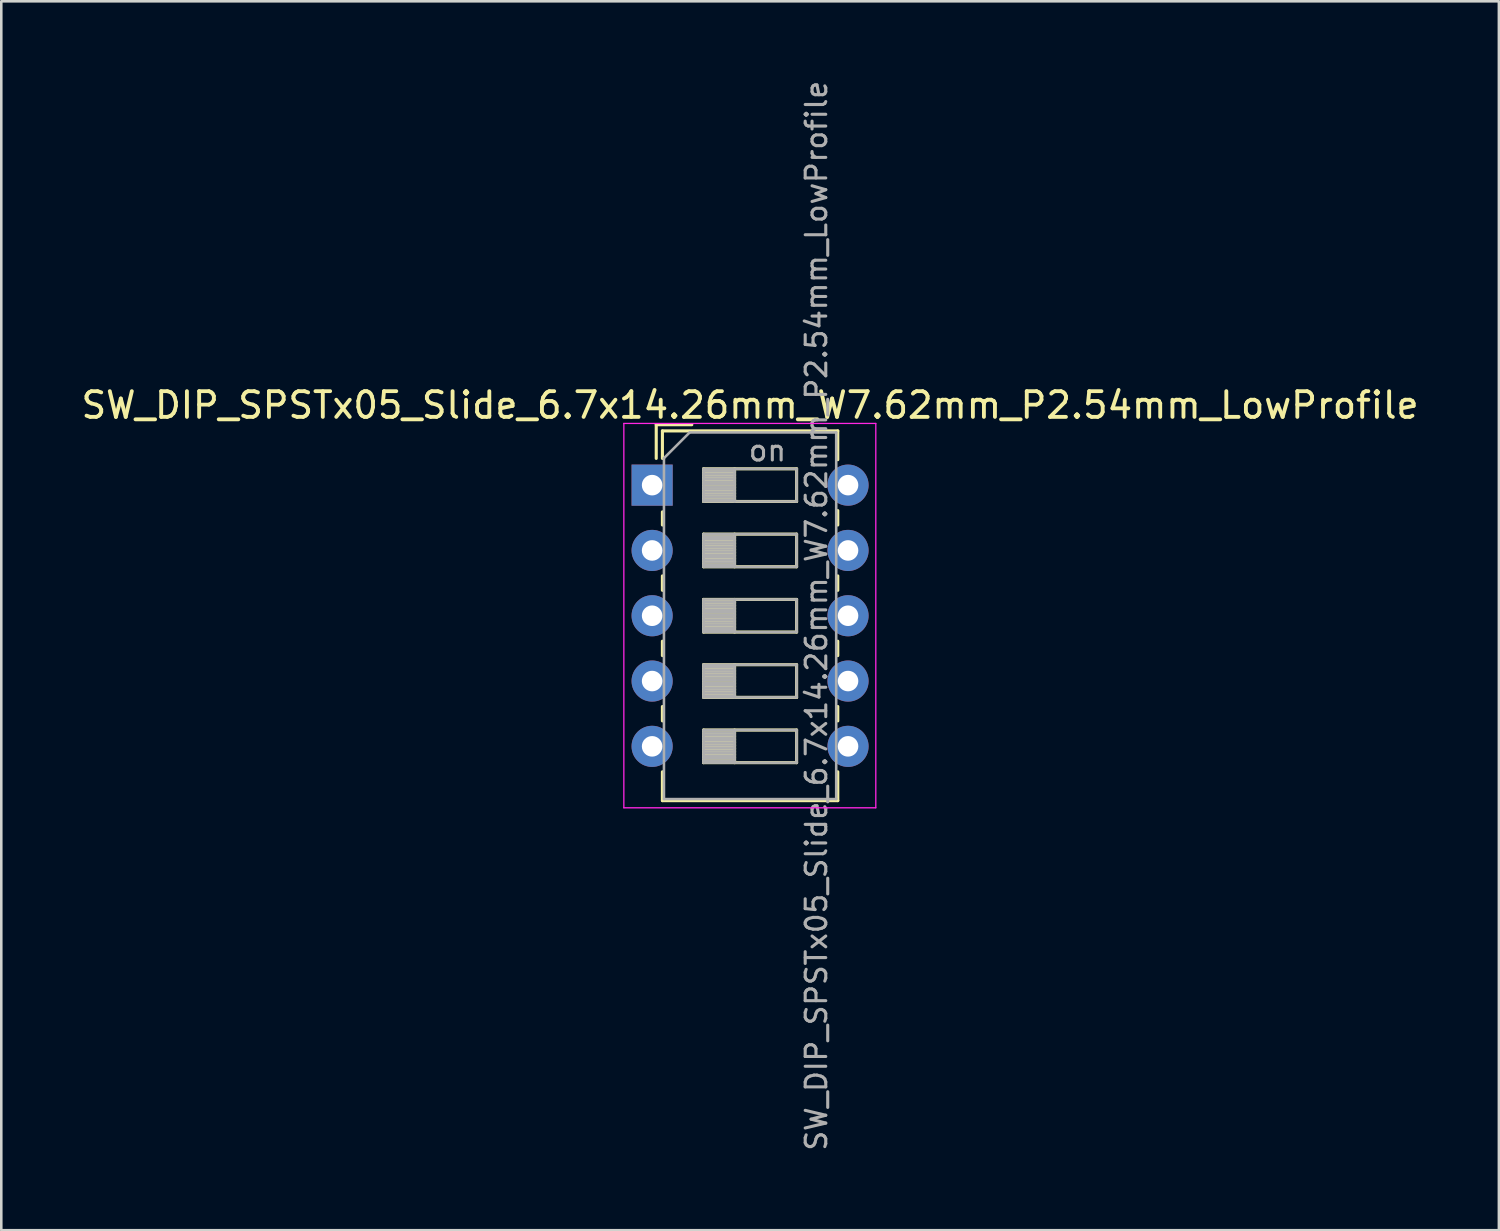
<source format=kicad_pcb>
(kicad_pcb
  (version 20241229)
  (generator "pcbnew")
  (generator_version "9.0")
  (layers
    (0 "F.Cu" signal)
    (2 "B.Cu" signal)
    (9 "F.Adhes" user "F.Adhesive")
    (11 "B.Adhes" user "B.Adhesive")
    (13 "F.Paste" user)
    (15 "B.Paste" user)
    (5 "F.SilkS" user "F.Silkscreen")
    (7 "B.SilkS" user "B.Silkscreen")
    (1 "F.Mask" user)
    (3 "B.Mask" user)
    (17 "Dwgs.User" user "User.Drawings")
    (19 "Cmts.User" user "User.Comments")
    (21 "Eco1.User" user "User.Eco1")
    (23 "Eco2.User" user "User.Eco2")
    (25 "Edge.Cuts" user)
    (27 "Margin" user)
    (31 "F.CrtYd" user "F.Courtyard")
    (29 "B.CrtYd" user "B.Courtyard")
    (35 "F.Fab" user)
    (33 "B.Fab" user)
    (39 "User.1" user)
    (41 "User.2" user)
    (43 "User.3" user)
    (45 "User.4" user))
  (footprint "SW_DIP_SPSTx05_Slide_6.7x14.26mm_W7.62mm_P2.54mm_LowProfile"
    (layer "F.Cu")
    (at 22.315 15.82)
    (property "Reference" "SW_DIP_SPSTx05_Slide_6.7x14.26mm_W7.62mm_P2.54mm_LowProfile" (at 3.81 -3.11 0) (layer "F.SilkS") (effects (font (size 1 1) (thickness 0.15))))
    (attr through_hole)
    (fp_line (start 0.16 -2.35) (end 0.16 -1.04) (stroke (width 0.12) (type solid)) (layer "F.SilkS"))
    (fp_line (start 0.16 -2.35) (end 1.543 -2.35) (stroke (width 0.12) (type solid)) (layer "F.SilkS"))
    (fp_line (start 0.4 -2.11) (end 0.4 -1.04) (stroke (width 0.12) (type solid)) (layer "F.SilkS"))
    (fp_line (start 0.4 -2.11) (end 7.221 -2.11) (stroke (width 0.12) (type solid)) (layer "F.SilkS"))
    (fp_line (start 0.4 1.04) (end 0.4 1.551) (stroke (width 0.12) (type solid)) (layer "F.SilkS"))
    (fp_line (start 0.4 3.53) (end 0.4 4.091) (stroke (width 0.12) (type solid)) (layer "F.SilkS"))
    (fp_line (start 0.4 6.07) (end 0.4 6.631) (stroke (width 0.12) (type solid)) (layer "F.SilkS"))
    (fp_line (start 0.4 8.61) (end 0.4 9.17) (stroke (width 0.12) (type solid)) (layer "F.SilkS"))
    (fp_line (start 0.4 11.15) (end 0.4 12.271) (stroke (width 0.12) (type solid)) (layer "F.SilkS"))
    (fp_line (start 0.4 12.271) (end 7.221 12.271) (stroke (width 0.12) (type solid)) (layer "F.SilkS"))
    (fp_line (start 2 -0.635) (end 2 0.635) (stroke (width 0.12) (type solid)) (layer "F.SilkS"))
    (fp_line (start 2 -0.515) (end 3.207 -0.515) (stroke (width 0.12) (type solid)) (layer "F.SilkS"))
    (fp_line (start 2 -0.395) (end 3.207 -0.395) (stroke (width 0.12) (type solid)) (layer "F.SilkS"))
    (fp_line (start 2 -0.275) (end 3.207 -0.275) (stroke (width 0.12) (type solid)) (layer "F.SilkS"))
    (fp_line (start 2 -0.155) (end 3.207 -0.155) (stroke (width 0.12) (type solid)) (layer "F.SilkS"))
    (fp_line (start 2 -0.035) (end 3.207 -0.035) (stroke (width 0.12) (type solid)) (layer "F.SilkS"))
    (fp_line (start 2 0.085) (end 3.207 0.085) (stroke (width 0.12) (type solid)) (layer "F.SilkS"))
    (fp_line (start 2 0.205) (end 3.207 0.205) (stroke (width 0.12) (type solid)) (layer "F.SilkS"))
    (fp_line (start 2 0.325) (end 3.207 0.325) (stroke (width 0.12) (type solid)) (layer "F.SilkS"))
    (fp_line (start 2 0.445) (end 3.207 0.445) (stroke (width 0.12) (type solid)) (layer "F.SilkS"))
    (fp_line (start 2 0.565) (end 3.207 0.565) (stroke (width 0.12) (type solid)) (layer "F.SilkS"))
    (fp_line (start 2 0.635) (end 5.62 0.635) (stroke (width 0.12) (type solid)) (layer "F.SilkS"))
    (fp_line (start 2 1.905) (end 2 3.175) (stroke (width 0.12) (type solid)) (layer "F.SilkS"))
    (fp_line (start 2 2.025) (end 3.207 2.025) (stroke (width 0.12) (type solid)) (layer "F.SilkS"))
    (fp_line (start 2 2.145) (end 3.207 2.145) (stroke (width 0.12) (type solid)) (layer "F.SilkS"))
    (fp_line (start 2 2.265) (end 3.207 2.265) (stroke (width 0.12) (type solid)) (layer "F.SilkS"))
    (fp_line (start 2 2.385) (end 3.207 2.385) (stroke (width 0.12) (type solid)) (layer "F.SilkS"))
    (fp_line (start 2 2.505) (end 3.207 2.505) (stroke (width 0.12) (type solid)) (layer "F.SilkS"))
    (fp_line (start 2 2.625) (end 3.207 2.625) (stroke (width 0.12) (type solid)) (layer "F.SilkS"))
    (fp_line (start 2 2.745) (end 3.207 2.745) (stroke (width 0.12) (type solid)) (layer "F.SilkS"))
    (fp_line (start 2 2.865) (end 3.207 2.865) (stroke (width 0.12) (type solid)) (layer "F.SilkS"))
    (fp_line (start 2 2.985) (end 3.207 2.985) (stroke (width 0.12) (type solid)) (layer "F.SilkS"))
    (fp_line (start 2 3.105) (end 3.207 3.105) (stroke (width 0.12) (type solid)) (layer "F.SilkS"))
    (fp_line (start 2 3.175) (end 5.62 3.175) (stroke (width 0.12) (type solid)) (layer "F.SilkS"))
    (fp_line (start 2 4.445) (end 2 5.715) (stroke (width 0.12) (type solid)) (layer "F.SilkS"))
    (fp_line (start 2 4.565) (end 3.207 4.565) (stroke (width 0.12) (type solid)) (layer "F.SilkS"))
    (fp_line (start 2 4.685) (end 3.207 4.685) (stroke (width 0.12) (type solid)) (layer "F.SilkS"))
    (fp_line (start 2 4.805) (end 3.207 4.805) (stroke (width 0.12) (type solid)) (layer "F.SilkS"))
    (fp_line (start 2 4.925) (end 3.207 4.925) (stroke (width 0.12) (type solid)) (layer "F.SilkS"))
    (fp_line (start 2 5.045) (end 3.207 5.045) (stroke (width 0.12) (type solid)) (layer "F.SilkS"))
    (fp_line (start 2 5.165) (end 3.207 5.165) (stroke (width 0.12) (type solid)) (layer "F.SilkS"))
    (fp_line (start 2 5.285) (end 3.207 5.285) (stroke (width 0.12) (type solid)) (layer "F.SilkS"))
    (fp_line (start 2 5.405) (end 3.207 5.405) (stroke (width 0.12) (type solid)) (layer "F.SilkS"))
    (fp_line (start 2 5.525) (end 3.207 5.525) (stroke (width 0.12) (type solid)) (layer "F.SilkS"))
    (fp_line (start 2 5.645) (end 3.207 5.645) (stroke (width 0.12) (type solid)) (layer "F.SilkS"))
    (fp_line (start 2 5.715) (end 5.62 5.715) (stroke (width 0.12) (type solid)) (layer "F.SilkS"))
    (fp_line (start 2 6.985) (end 2 8.255) (stroke (width 0.12) (type solid)) (layer "F.SilkS"))
    (fp_line (start 2 7.105) (end 3.207 7.105) (stroke (width 0.12) (type solid)) (layer "F.SilkS"))
    (fp_line (start 2 7.225) (end 3.207 7.225) (stroke (width 0.12) (type solid)) (layer "F.SilkS"))
    (fp_line (start 2 7.345) (end 3.207 7.345) (stroke (width 0.12) (type solid)) (layer "F.SilkS"))
    (fp_line (start 2 7.465) (end 3.207 7.465) (stroke (width 0.12) (type solid)) (layer "F.SilkS"))
    (fp_line (start 2 7.585) (end 3.207 7.585) (stroke (width 0.12) (type solid)) (layer "F.SilkS"))
    (fp_line (start 2 7.705) (end 3.207 7.705) (stroke (width 0.12) (type solid)) (layer "F.SilkS"))
    (fp_line (start 2 7.825) (end 3.207 7.825) (stroke (width 0.12) (type solid)) (layer "F.SilkS"))
    (fp_line (start 2 7.945) (end 3.207 7.945) (stroke (width 0.12) (type solid)) (layer "F.SilkS"))
    (fp_line (start 2 8.065) (end 3.207 8.065) (stroke (width 0.12) (type solid)) (layer "F.SilkS"))
    (fp_line (start 2 8.185) (end 3.207 8.185) (stroke (width 0.12) (type solid)) (layer "F.SilkS"))
    (fp_line (start 2 8.255) (end 5.62 8.255) (stroke (width 0.12) (type solid)) (layer "F.SilkS"))
    (fp_line (start 2 9.525) (end 2 10.795) (stroke (width 0.12) (type solid)) (layer "F.SilkS"))
    (fp_line (start 2 9.645) (end 3.207 9.645) (stroke (width 0.12) (type solid)) (layer "F.SilkS"))
    (fp_line (start 2 9.765) (end 3.207 9.765) (stroke (width 0.12) (type solid)) (layer "F.SilkS"))
    (fp_line (start 2 9.885) (end 3.207 9.885) (stroke (width 0.12) (type solid)) (layer "F.SilkS"))
    (fp_line (start 2 10.005) (end 3.207 10.005) (stroke (width 0.12) (type solid)) (layer "F.SilkS"))
    (fp_line (start 2 10.125) (end 3.207 10.125) (stroke (width 0.12) (type solid)) (layer "F.SilkS"))
    (fp_line (start 2 10.245) (end 3.207 10.245) (stroke (width 0.12) (type solid)) (layer "F.SilkS"))
    (fp_line (start 2 10.365) (end 3.207 10.365) (stroke (width 0.12) (type solid)) (layer "F.SilkS"))
    (fp_line (start 2 10.485) (end 3.207 10.485) (stroke (width 0.12) (type solid)) (layer "F.SilkS"))
    (fp_line (start 2 10.605) (end 3.207 10.605) (stroke (width 0.12) (type solid)) (layer "F.SilkS"))
    (fp_line (start 2 10.725) (end 3.207 10.725) (stroke (width 0.12) (type solid)) (layer "F.SilkS"))
    (fp_line (start 2 10.795) (end 5.62 10.795) (stroke (width 0.12) (type solid)) (layer "F.SilkS"))
    (fp_line (start 3.207 -0.635) (end 3.207 0.635) (stroke (width 0.12) (type solid)) (layer "F.SilkS"))
    (fp_line (start 3.207 1.905) (end 3.207 3.175) (stroke (width 0.12) (type solid)) (layer "F.SilkS"))
    (fp_line (start 3.207 4.445) (end 3.207 5.715) (stroke (width 0.12) (type solid)) (layer "F.SilkS"))
    (fp_line (start 3.207 6.985) (end 3.207 8.255) (stroke (width 0.12) (type solid)) (layer "F.SilkS"))
    (fp_line (start 3.207 9.525) (end 3.207 10.795) (stroke (width 0.12) (type solid)) (layer "F.SilkS"))
    (fp_line (start 5.62 -0.635) (end 2 -0.635) (stroke (width 0.12) (type solid)) (layer "F.SilkS"))
    (fp_line (start 5.62 0.635) (end 5.62 -0.635) (stroke (width 0.12) (type solid)) (layer "F.SilkS"))
    (fp_line (start 5.62 1.905) (end 2 1.905) (stroke (width 0.12) (type solid)) (layer "F.SilkS"))
    (fp_line (start 5.62 3.175) (end 5.62 1.905) (stroke (width 0.12) (type solid)) (layer "F.SilkS"))
    (fp_line (start 5.62 4.445) (end 2 4.445) (stroke (width 0.12) (type solid)) (layer "F.SilkS"))
    (fp_line (start 5.62 5.715) (end 5.62 4.445) (stroke (width 0.12) (type solid)) (layer "F.SilkS"))
    (fp_line (start 5.62 6.985) (end 2 6.985) (stroke (width 0.12) (type solid)) (layer "F.SilkS"))
    (fp_line (start 5.62 8.255) (end 5.62 6.985) (stroke (width 0.12) (type solid)) (layer "F.SilkS"))
    (fp_line (start 5.62 9.525) (end 2 9.525) (stroke (width 0.12) (type solid)) (layer "F.SilkS"))
    (fp_line (start 5.62 10.795) (end 5.62 9.525) (stroke (width 0.12) (type solid)) (layer "F.SilkS"))
    (fp_line (start 7.221 -2.11) (end 7.221 -0.99) (stroke (width 0.12) (type solid)) (layer "F.SilkS"))
    (fp_line (start 7.221 0.99) (end 7.221 1.551) (stroke (width 0.12) (type solid)) (layer "F.SilkS"))
    (fp_line (start 7.221 3.53) (end 7.221 4.091) (stroke (width 0.12) (type solid)) (layer "F.SilkS"))
    (fp_line (start 7.221 6.07) (end 7.221 6.631) (stroke (width 0.12) (type solid)) (layer "F.SilkS"))
    (fp_line (start 7.221 8.61) (end 7.221 9.17) (stroke (width 0.12) (type solid)) (layer "F.SilkS"))
    (fp_line (start 7.221 11.15) (end 7.221 12.271) (stroke (width 0.12) (type solid)) (layer "F.SilkS"))
    (fp_line (start -1.1 -2.4) (end -1.1 12.55) (stroke (width 0.05) (type solid)) (layer "F.CrtYd"))
    (fp_line (start -1.1 12.55) (end 8.7 12.55) (stroke (width 0.05) (type solid)) (layer "F.CrtYd"))
    (fp_line (start 8.7 -2.4) (end -1.1 -2.4) (stroke (width 0.05) (type solid)) (layer "F.CrtYd"))
    (fp_line (start 8.7 12.55) (end 8.7 -2.4) (stroke (width 0.05) (type solid)) (layer "F.CrtYd"))
    (fp_line (start 0.46 -1.05) (end 1.46 -2.05) (stroke (width 0.1) (type solid)) (layer "F.Fab"))
    (fp_line (start 0.46 12.21) (end 0.46 -1.05) (stroke (width 0.1) (type solid)) (layer "F.Fab"))
    (fp_line (start 1.46 -2.05) (end 7.16 -2.05) (stroke (width 0.1) (type solid)) (layer "F.Fab"))
    (fp_line (start 2 -0.635) (end 2 0.635) (stroke (width 0.1) (type solid)) (layer "F.Fab"))
    (fp_line (start 2 -0.535) (end 3.207 -0.535) (stroke (width 0.1) (type solid)) (layer "F.Fab"))
    (fp_line (start 2 -0.435) (end 3.207 -0.435) (stroke (width 0.1) (type solid)) (layer "F.Fab"))
    (fp_line (start 2 -0.335) (end 3.207 -0.335) (stroke (width 0.1) (type solid)) (layer "F.Fab"))
    (fp_line (start 2 -0.235) (end 3.207 -0.235) (stroke (width 0.1) (type solid)) (layer "F.Fab"))
    (fp_line (start 2 -0.135) (end 3.207 -0.135) (stroke (width 0.1) (type solid)) (layer "F.Fab"))
    (fp_line (start 2 -0.035) (end 3.207 -0.035) (stroke (width 0.1) (type solid)) (layer "F.Fab"))
    (fp_line (start 2 0.065) (end 3.207 0.065) (stroke (width 0.1) (type solid)) (layer "F.Fab"))
    (fp_line (start 2 0.165) (end 3.207 0.165) (stroke (width 0.1) (type solid)) (layer "F.Fab"))
    (fp_line (start 2 0.265) (end 3.207 0.265) (stroke (width 0.1) (type solid)) (layer "F.Fab"))
    (fp_line (start 2 0.365) (end 3.207 0.365) (stroke (width 0.1) (type solid)) (layer "F.Fab"))
    (fp_line (start 2 0.465) (end 3.207 0.465) (stroke (width 0.1) (type solid)) (layer "F.Fab"))
    (fp_line (start 2 0.565) (end 3.207 0.565) (stroke (width 0.1) (type solid)) (layer "F.Fab"))
    (fp_line (start 2 0.635) (end 5.62 0.635) (stroke (width 0.1) (type solid)) (layer "F.Fab"))
    (fp_line (start 2 1.905) (end 2 3.175) (stroke (width 0.1) (type solid)) (layer "F.Fab"))
    (fp_line (start 2 2.005) (end 3.207 2.005) (stroke (width 0.1) (type solid)) (layer "F.Fab"))
    (fp_line (start 2 2.105) (end 3.207 2.105) (stroke (width 0.1) (type solid)) (layer "F.Fab"))
    (fp_line (start 2 2.205) (end 3.207 2.205) (stroke (width 0.1) (type solid)) (layer "F.Fab"))
    (fp_line (start 2 2.305) (end 3.207 2.305) (stroke (width 0.1) (type solid)) (layer "F.Fab"))
    (fp_line (start 2 2.405) (end 3.207 2.405) (stroke (width 0.1) (type solid)) (layer "F.Fab"))
    (fp_line (start 2 2.505) (end 3.207 2.505) (stroke (width 0.1) (type solid)) (layer "F.Fab"))
    (fp_line (start 2 2.605) (end 3.207 2.605) (stroke (width 0.1) (type solid)) (layer "F.Fab"))
    (fp_line (start 2 2.705) (end 3.207 2.705) (stroke (width 0.1) (type solid)) (layer "F.Fab"))
    (fp_line (start 2 2.805) (end 3.207 2.805) (stroke (width 0.1) (type solid)) (layer "F.Fab"))
    (fp_line (start 2 2.905) (end 3.207 2.905) (stroke (width 0.1) (type solid)) (layer "F.Fab"))
    (fp_line (start 2 3.005) (end 3.207 3.005) (stroke (width 0.1) (type solid)) (layer "F.Fab"))
    (fp_line (start 2 3.105) (end 3.207 3.105) (stroke (width 0.1) (type solid)) (layer "F.Fab"))
    (fp_line (start 2 3.175) (end 5.62 3.175) (stroke (width 0.1) (type solid)) (layer "F.Fab"))
    (fp_line (start 2 4.445) (end 2 5.715) (stroke (width 0.1) (type solid)) (layer "F.Fab"))
    (fp_line (start 2 4.545) (end 3.207 4.545) (stroke (width 0.1) (type solid)) (layer "F.Fab"))
    (fp_line (start 2 4.645) (end 3.207 4.645) (stroke (width 0.1) (type solid)) (layer "F.Fab"))
    (fp_line (start 2 4.745) (end 3.207 4.745) (stroke (width 0.1) (type solid)) (layer "F.Fab"))
    (fp_line (start 2 4.845) (end 3.207 4.845) (stroke (width 0.1) (type solid)) (layer "F.Fab"))
    (fp_line (start 2 4.945) (end 3.207 4.945) (stroke (width 0.1) (type solid)) (layer "F.Fab"))
    (fp_line (start 2 5.045) (end 3.207 5.045) (stroke (width 0.1) (type solid)) (layer "F.Fab"))
    (fp_line (start 2 5.145) (end 3.207 5.145) (stroke (width 0.1) (type solid)) (layer "F.Fab"))
    (fp_line (start 2 5.245) (end 3.207 5.245) (stroke (width 0.1) (type solid)) (layer "F.Fab"))
    (fp_line (start 2 5.345) (end 3.207 5.345) (stroke (width 0.1) (type solid)) (layer "F.Fab"))
    (fp_line (start 2 5.445) (end 3.207 5.445) (stroke (width 0.1) (type solid)) (layer "F.Fab"))
    (fp_line (start 2 5.545) (end 3.207 5.545) (stroke (width 0.1) (type solid)) (layer "F.Fab"))
    (fp_line (start 2 5.645) (end 3.207 5.645) (stroke (width 0.1) (type solid)) (layer "F.Fab"))
    (fp_line (start 2 5.715) (end 5.62 5.715) (stroke (width 0.1) (type solid)) (layer "F.Fab"))
    (fp_line (start 2 6.985) (end 2 8.255) (stroke (width 0.1) (type solid)) (layer "F.Fab"))
    (fp_line (start 2 7.085) (end 3.207 7.085) (stroke (width 0.1) (type solid)) (layer "F.Fab"))
    (fp_line (start 2 7.185) (end 3.207 7.185) (stroke (width 0.1) (type solid)) (layer "F.Fab"))
    (fp_line (start 2 7.285) (end 3.207 7.285) (stroke (width 0.1) (type solid)) (layer "F.Fab"))
    (fp_line (start 2 7.385) (end 3.207 7.385) (stroke (width 0.1) (type solid)) (layer "F.Fab"))
    (fp_line (start 2 7.485) (end 3.207 7.485) (stroke (width 0.1) (type solid)) (layer "F.Fab"))
    (fp_line (start 2 7.585) (end 3.207 7.585) (stroke (width 0.1) (type solid)) (layer "F.Fab"))
    (fp_line (start 2 7.685) (end 3.207 7.685) (stroke (width 0.1) (type solid)) (layer "F.Fab"))
    (fp_line (start 2 7.785) (end 3.207 7.785) (stroke (width 0.1) (type solid)) (layer "F.Fab"))
    (fp_line (start 2 7.885) (end 3.207 7.885) (stroke (width 0.1) (type solid)) (layer "F.Fab"))
    (fp_line (start 2 7.985) (end 3.207 7.985) (stroke (width 0.1) (type solid)) (layer "F.Fab"))
    (fp_line (start 2 8.085) (end 3.207 8.085) (stroke (width 0.1) (type solid)) (layer "F.Fab"))
    (fp_line (start 2 8.185) (end 3.207 8.185) (stroke (width 0.1) (type solid)) (layer "F.Fab"))
    (fp_line (start 2 8.255) (end 5.62 8.255) (stroke (width 0.1) (type solid)) (layer "F.Fab"))
    (fp_line (start 2 9.525) (end 2 10.795) (stroke (width 0.1) (type solid)) (layer "F.Fab"))
    (fp_line (start 2 9.625) (end 3.207 9.625) (stroke (width 0.1) (type solid)) (layer "F.Fab"))
    (fp_line (start 2 9.725) (end 3.207 9.725) (stroke (width 0.1) (type solid)) (layer "F.Fab"))
    (fp_line (start 2 9.825) (end 3.207 9.825) (stroke (width 0.1) (type solid)) (layer "F.Fab"))
    (fp_line (start 2 9.925) (end 3.207 9.925) (stroke (width 0.1) (type solid)) (layer "F.Fab"))
    (fp_line (start 2 10.025) (end 3.207 10.025) (stroke (width 0.1) (type solid)) (layer "F.Fab"))
    (fp_line (start 2 10.125) (end 3.207 10.125) (stroke (width 0.1) (type solid)) (layer "F.Fab"))
    (fp_line (start 2 10.225) (end 3.207 10.225) (stroke (width 0.1) (type solid)) (layer "F.Fab"))
    (fp_line (start 2 10.325) (end 3.207 10.325) (stroke (width 0.1) (type solid)) (layer "F.Fab"))
    (fp_line (start 2 10.425) (end 3.207 10.425) (stroke (width 0.1) (type solid)) (layer "F.Fab"))
    (fp_line (start 2 10.525) (end 3.207 10.525) (stroke (width 0.1) (type solid)) (layer "F.Fab"))
    (fp_line (start 2 10.625) (end 3.207 10.625) (stroke (width 0.1) (type solid)) (layer "F.Fab"))
    (fp_line (start 2 10.725) (end 3.207 10.725) (stroke (width 0.1) (type solid)) (layer "F.Fab"))
    (fp_line (start 2 10.795) (end 5.62 10.795) (stroke (width 0.1) (type solid)) (layer "F.Fab"))
    (fp_line (start 3.207 -0.635) (end 3.207 0.635) (stroke (width 0.1) (type solid)) (layer "F.Fab"))
    (fp_line (start 3.207 1.905) (end 3.207 3.175) (stroke (width 0.1) (type solid)) (layer "F.Fab"))
    (fp_line (start 3.207 4.445) (end 3.207 5.715) (stroke (width 0.1) (type solid)) (layer "F.Fab"))
    (fp_line (start 3.207 6.985) (end 3.207 8.255) (stroke (width 0.1) (type solid)) (layer "F.Fab"))
    (fp_line (start 3.207 9.525) (end 3.207 10.795) (stroke (width 0.1) (type solid)) (layer "F.Fab"))
    (fp_line (start 5.62 -0.635) (end 2 -0.635) (stroke (width 0.1) (type solid)) (layer "F.Fab"))
    (fp_line (start 5.62 0.635) (end 5.62 -0.635) (stroke (width 0.1) (type solid)) (layer "F.Fab"))
    (fp_line (start 5.62 1.905) (end 2 1.905) (stroke (width 0.1) (type solid)) (layer "F.Fab"))
    (fp_line (start 5.62 3.175) (end 5.62 1.905) (stroke (width 0.1) (type solid)) (layer "F.Fab"))
    (fp_line (start 5.62 4.445) (end 2 4.445) (stroke (width 0.1) (type solid)) (layer "F.Fab"))
    (fp_line (start 5.62 5.715) (end 5.62 4.445) (stroke (width 0.1) (type solid)) (layer "F.Fab"))
    (fp_line (start 5.62 6.985) (end 2 6.985) (stroke (width 0.1) (type solid)) (layer "F.Fab"))
    (fp_line (start 5.62 8.255) (end 5.62 6.985) (stroke (width 0.1) (type solid)) (layer "F.Fab"))
    (fp_line (start 5.62 9.525) (end 2 9.525) (stroke (width 0.1) (type solid)) (layer "F.Fab"))
    (fp_line (start 5.62 10.795) (end 5.62 9.525) (stroke (width 0.1) (type solid)) (layer "F.Fab"))
    (fp_line (start 7.16 -2.05) (end 7.16 12.21) (stroke (width 0.1) (type solid)) (layer "F.Fab"))
    (fp_line (start 7.16 12.21) (end 0.46 12.21) (stroke (width 0.1) (type solid)) (layer "F.Fab"))
    (fp_text user "${REFERENCE}" (at 6.39 5.08 90) (layer "F.Fab") (effects (font (size 0.8 0.8) (thickness 0.12))))
    (fp_text user "on" (at 4.485 -1.343 0) (layer "F.Fab") (effects (font (size 0.8 0.8) (thickness 0.12))))
    (pad "1" thru_hole rect (at 0 0) (size 1.6 1.6) (drill 0.8) (layers "*.Cu" "*.Mask"))
    (pad "2" thru_hole oval (at 0 2.54) (size 1.6 1.6) (drill 0.8) (layers "*.Cu" "*.Mask"))
    (pad "3" thru_hole oval (at 0 5.08) (size 1.6 1.6) (drill 0.8) (layers "*.Cu" "*.Mask"))
    (pad "4" thru_hole oval (at 0 7.62) (size 1.6 1.6) (drill 0.8) (layers "*.Cu" "*.Mask"))
    (pad "5" thru_hole oval (at 0 10.16) (size 1.6 1.6) (drill 0.8) (layers "*.Cu" "*.Mask"))
    (pad "6" thru_hole oval (at 7.62 10.16) (size 1.6 1.6) (drill 0.8) (layers "*.Cu" "*.Mask"))
    (pad "7" thru_hole oval (at 7.62 7.62) (size 1.6 1.6) (drill 0.8) (layers "*.Cu" "*.Mask"))
    (pad "8" thru_hole oval (at 7.62 5.08) (size 1.6 1.6) (drill 0.8) (layers "*.Cu" "*.Mask"))
    (pad "9" thru_hole oval (at 7.62 2.54) (size 1.6 1.6) (drill 0.8) (layers "*.Cu" "*.Mask"))
    (pad "10" thru_hole oval (at 7.62 0) (size 1.6 1.6) (drill 0.8) (layers "*.Cu" "*.Mask")))
  (gr_rect
    (start -3 -3)
    (end 55.25 44.8)
    (stroke (width 0.1) (type default))
    (fill no)
    (layer "Edge.Cuts")))
</source>
